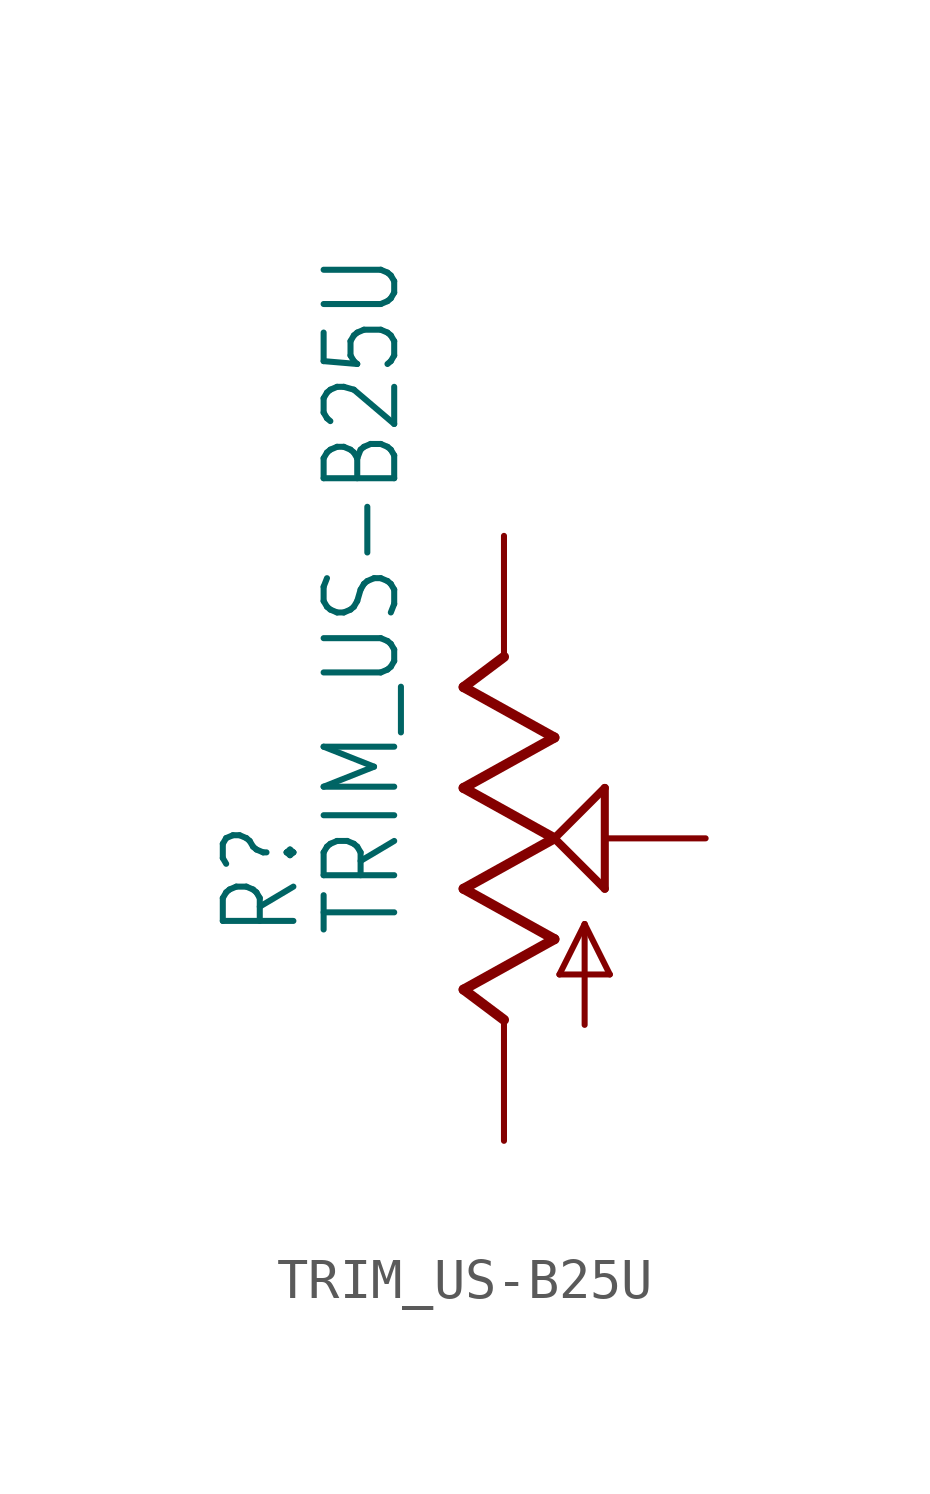
<source format=kicad_sym>
(kicad_symbol_lib
  (version 20211014)
  (generator kicad_symbol_editor)
  (symbol "TRIM_US-B25U"
    (property "Reference" "R"
      (at -5.08 -2.54 90)
      (effects (font (size 1.778 1.511)) (justify left bottom)))
    (property "Value" "TRIM_US-B25U"
      (at -2.54 -2.54 90)
      (effects (font (size 1.778 1.511)) (justify left bottom)))
    (property "ki_locked" ""
      (at 0 0 0)
      (effects (font (size 1.27 1.27))))
    (symbol "TRIM_US-B25U_1_0"
      (polyline (pts (xy -1.016 -3.81) (xy 1.27 -2.54)) (stroke (width 0.254) (type default) (color 0 0 0 0)) (fill (type none)))
      (polyline (pts (xy -1.016 -1.27) (xy 1.27 0)) (stroke (width 0.254) (type default) (color 0 0 0 0)) (fill (type none)))
      (polyline (pts (xy -1.016 1.27) (xy 1.27 2.54)) (stroke (width 0.254) (type default) (color 0 0 0 0)) (fill (type none)))
      (polyline (pts (xy -1.016 3.81) (xy 0 4.572)) (stroke (width 0.254) (type default) (color 0 0 0 0)) (fill (type none)))
      (polyline (pts (xy 0 -5.08) (xy 0 -4.572)) (stroke (width 0.152) (type default) (color 0 0 0 0)) (fill (type none)))
      (polyline (pts (xy 0 -4.572) (xy -1.016 -3.81)) (stroke (width 0.254) (type default) (color 0 0 0 0)) (fill (type none)))
      (polyline (pts (xy 0 4.572) (xy 0 5.08)) (stroke (width 0.152) (type default) (color 0 0 0 0)) (fill (type none)))
      (polyline (pts (xy 1.27 -2.54) (xy -1.016 -1.27)) (stroke (width 0.254) (type default) (color 0 0 0 0)) (fill (type none)))
      (polyline (pts (xy 1.27 0) (xy -1.016 1.27)) (stroke (width 0.254) (type default) (color 0 0 0 0)) (fill (type none)))
      (polyline (pts (xy 1.27 0) (xy 2.54 1.27)) (stroke (width 0.203) (type default) (color 0 0 0 0)) (fill (type none)))
      (polyline (pts (xy 1.27 2.54) (xy -1.016 3.81)) (stroke (width 0.254) (type default) (color 0 0 0 0)) (fill (type none)))
      (polyline (pts (xy 1.397 -3.429) (xy 2.032 -2.159)) (stroke (width 0.152) (type default) (color 0 0 0 0)) (fill (type none)))
      (polyline (pts (xy 2.032 -4.699) (xy 2.032 -2.159)) (stroke (width 0.152) (type default) (color 0 0 0 0)) (fill (type none)))
      (polyline (pts (xy 2.032 -2.159) (xy 2.667 -3.429)) (stroke (width 0.152) (type default) (color 0 0 0 0)) (fill (type none)))
      (polyline (pts (xy 2.54 -1.27) (xy 1.27 0)) (stroke (width 0.203) (type default) (color 0 0 0 0)) (fill (type none)))
      (polyline (pts (xy 2.54 1.27) (xy 2.54 -1.27)) (stroke (width 0.203) (type default) (color 0 0 0 0)) (fill (type none)))
      (polyline (pts (xy 2.667 -3.429) (xy 1.397 -3.429)) (stroke (width 0.152) (type default) (color 0 0 0 0)) (fill (type none)))
      (pin passive line (at 0 -7.62 90) (length 2.54) (name "A" (effects (font (size 0 0)))) (number "A" (effects (font (size 0 0)))))
      (pin passive line (at 0 7.62 270) (length 2.54) (name "E" (effects (font (size 0 0)))) (number "E" (effects (font (size 0 0)))))
      (pin passive line (at 5.08 0 180) (length 2.54) (name "S" (effects (font (size 0 0)))) (number "S" (effects (font (size 0 0))))))))
</source>
